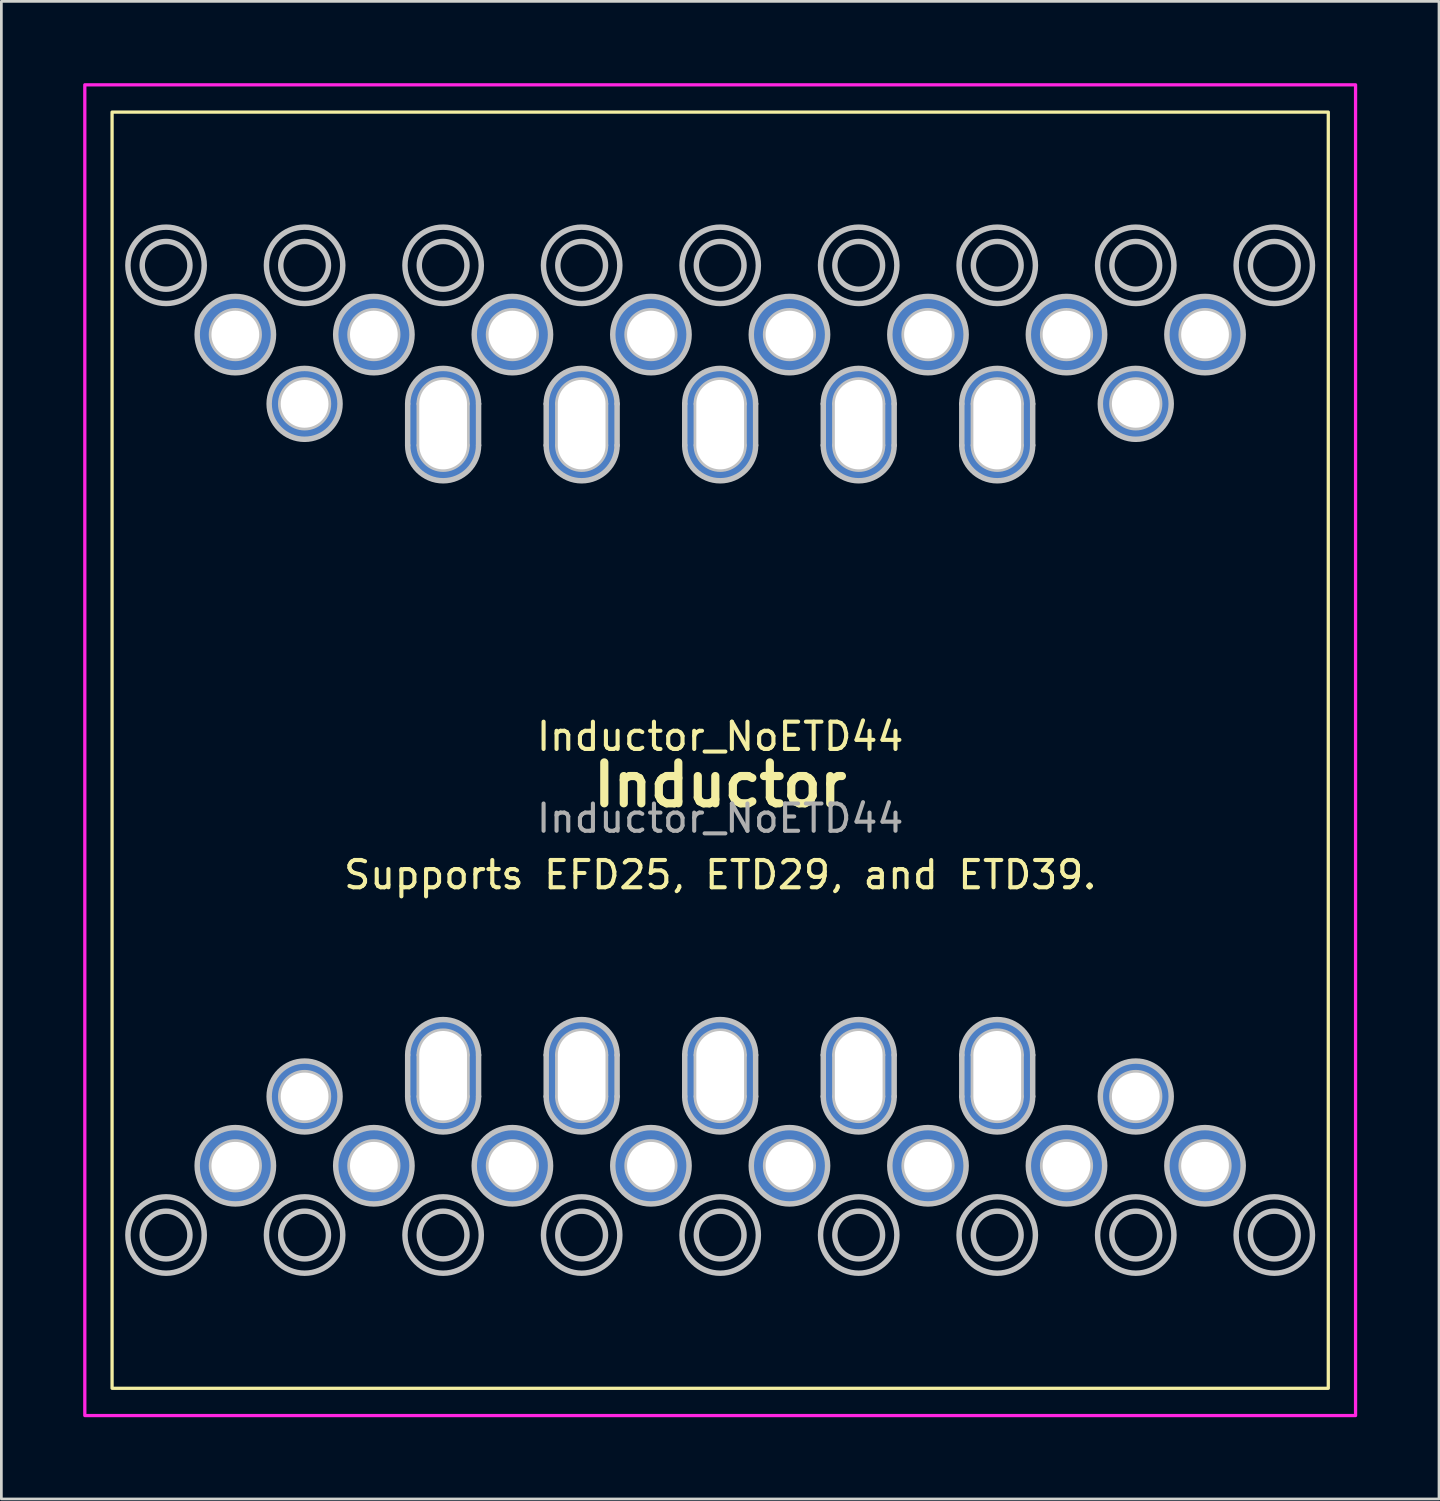
<source format=kicad_pcb>
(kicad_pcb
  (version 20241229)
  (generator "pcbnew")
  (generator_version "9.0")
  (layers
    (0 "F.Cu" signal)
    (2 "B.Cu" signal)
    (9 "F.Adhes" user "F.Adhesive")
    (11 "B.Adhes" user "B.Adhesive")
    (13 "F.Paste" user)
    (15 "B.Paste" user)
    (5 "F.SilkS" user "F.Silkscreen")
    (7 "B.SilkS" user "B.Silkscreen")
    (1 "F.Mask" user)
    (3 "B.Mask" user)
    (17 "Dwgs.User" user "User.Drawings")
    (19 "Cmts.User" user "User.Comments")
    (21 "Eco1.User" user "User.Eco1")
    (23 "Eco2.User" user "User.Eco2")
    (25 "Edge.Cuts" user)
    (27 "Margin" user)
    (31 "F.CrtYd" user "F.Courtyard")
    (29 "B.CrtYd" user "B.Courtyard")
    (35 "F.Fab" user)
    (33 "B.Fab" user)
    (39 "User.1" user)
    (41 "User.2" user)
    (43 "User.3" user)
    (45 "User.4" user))
  (footprint "Inductor_NoETD44"
    (layer "F.Cu")
    (at 23.36 24.46)
    (property "Reference" "Inductor_NoETD44" (at 0 -0.5 0) (unlocked yes) (layer "F.SilkS") (effects (font (size 1 1) (thickness 0.15))))
    (attr through_hole)
    (fp_rect (start -22.3 -23.4) (end 22.3 23.4) (stroke (width 0.12) (type default)) (fill no) (layer "F.SilkS"))
    (fp_line (start -11.46 -12.7) (end -11.46 -11.179) (stroke (width 0.2) (type default)) (layer "Dwgs.User"))
    (fp_line (start -11.46 12.7) (end -11.46 11.179) (stroke (width 0.2) (type default)) (layer "Dwgs.User"))
    (fp_line (start -11.035 -12.7) (end -11.035 -11.179) (stroke (width 0.2) (type default)) (layer "Dwgs.User"))
    (fp_line (start -11.035 12.7) (end -11.035 11.179) (stroke (width 0.2) (type default)) (layer "Dwgs.User"))
    (fp_line (start -10.16 -12.7) (end -10.16 -11.179) (stroke (width 0.2) (type default)) (layer "Dwgs.User"))
    (fp_line (start -10.16 -12.7) (end -10.16 -11.179) (stroke (width 0.2) (type default)) (layer "Dwgs.User"))
    (fp_line (start -10.16 12.7) (end -10.16 11.179) (stroke (width 0.2) (type default)) (layer "Dwgs.User"))
    (fp_line (start -10.16 12.7) (end -10.16 11.179) (stroke (width 0.2) (type default)) (layer "Dwgs.User"))
    (fp_line (start -9.285 -12.7) (end -9.285 -11.179) (stroke (width 0.2) (type default)) (layer "Dwgs.User"))
    (fp_line (start -9.285 12.7) (end -9.285 11.179) (stroke (width 0.2) (type default)) (layer "Dwgs.User"))
    (fp_line (start -8.86 -12.7) (end -8.86 -11.179) (stroke (width 0.2) (type default)) (layer "Dwgs.User"))
    (fp_line (start -8.86 12.7) (end -8.86 11.179) (stroke (width 0.2) (type default)) (layer "Dwgs.User"))
    (fp_line (start -6.38 -12.7) (end -6.38 -11.179) (stroke (width 0.2) (type default)) (layer "Dwgs.User"))
    (fp_line (start -6.38 12.7) (end -6.38 11.179) (stroke (width 0.2) (type default)) (layer "Dwgs.User"))
    (fp_line (start -5.955 -12.7) (end -5.955 -11.179) (stroke (width 0.2) (type default)) (layer "Dwgs.User"))
    (fp_line (start -5.955 12.7) (end -5.955 11.179) (stroke (width 0.2) (type default)) (layer "Dwgs.User"))
    (fp_line (start -5.08 -12.7) (end -5.08 -11.179) (stroke (width 0.2) (type default)) (layer "Dwgs.User"))
    (fp_line (start -5.08 -12.7) (end -5.08 -11.179) (stroke (width 0.2) (type default)) (layer "Dwgs.User"))
    (fp_line (start -5.08 12.7) (end -5.08 11.179) (stroke (width 0.2) (type default)) (layer "Dwgs.User"))
    (fp_line (start -5.08 12.7) (end -5.08 11.179) (stroke (width 0.2) (type default)) (layer "Dwgs.User"))
    (fp_line (start -4.205 -12.7) (end -4.205 -11.179) (stroke (width 0.2) (type default)) (layer "Dwgs.User"))
    (fp_line (start -4.205 12.7) (end -4.205 11.179) (stroke (width 0.2) (type default)) (layer "Dwgs.User"))
    (fp_line (start -3.78 -12.7) (end -3.78 -11.179) (stroke (width 0.2) (type default)) (layer "Dwgs.User"))
    (fp_line (start -3.78 12.7) (end -3.78 11.179) (stroke (width 0.2) (type default)) (layer "Dwgs.User"))
    (fp_line (start -1.3 -12.7) (end -1.3 -11.179) (stroke (width 0.2) (type default)) (layer "Dwgs.User"))
    (fp_line (start -1.3 12.7) (end -1.3 11.179) (stroke (width 0.2) (type default)) (layer "Dwgs.User"))
    (fp_line (start -0.875 -12.7) (end -0.875 -11.179) (stroke (width 0.2) (type default)) (layer "Dwgs.User"))
    (fp_line (start -0.875 12.7) (end -0.875 11.179) (stroke (width 0.2) (type default)) (layer "Dwgs.User"))
    (fp_line (start 0 -12.7) (end 0 -11.179) (stroke (width 0.2) (type default)) (layer "Dwgs.User"))
    (fp_line (start 0 -12.7) (end 0 -11.179) (stroke (width 0.2) (type default)) (layer "Dwgs.User"))
    (fp_line (start 0 12.7) (end 0 11.179) (stroke (width 0.2) (type default)) (layer "Dwgs.User"))
    (fp_line (start 0 12.7) (end 0 11.179) (stroke (width 0.2) (type default)) (layer "Dwgs.User"))
    (fp_line (start 0.875 -12.7) (end 0.875 -11.179) (stroke (width 0.2) (type default)) (layer "Dwgs.User"))
    (fp_line (start 0.875 12.7) (end 0.875 11.179) (stroke (width 0.2) (type default)) (layer "Dwgs.User"))
    (fp_line (start 1.3 -12.7) (end 1.3 -11.179) (stroke (width 0.2) (type default)) (layer "Dwgs.User"))
    (fp_line (start 1.3 12.7) (end 1.3 11.179) (stroke (width 0.2) (type default)) (layer "Dwgs.User"))
    (fp_line (start 3.78 -12.7) (end 3.78 -11.179) (stroke (width 0.2) (type default)) (layer "Dwgs.User"))
    (fp_line (start 3.78 12.7) (end 3.78 11.179) (stroke (width 0.2) (type default)) (layer "Dwgs.User"))
    (fp_line (start 4.205 -12.7) (end 4.205 -11.179) (stroke (width 0.2) (type default)) (layer "Dwgs.User"))
    (fp_line (start 4.205 12.7) (end 4.205 11.179) (stroke (width 0.2) (type default)) (layer "Dwgs.User"))
    (fp_line (start 5.08 -12.7) (end 5.08 -11.179) (stroke (width 0.2) (type default)) (layer "Dwgs.User"))
    (fp_line (start 5.08 -12.7) (end 5.08 -11.179) (stroke (width 0.2) (type default)) (layer "Dwgs.User"))
    (fp_line (start 5.08 12.7) (end 5.08 11.179) (stroke (width 0.2) (type default)) (layer "Dwgs.User"))
    (fp_line (start 5.08 12.7) (end 5.08 11.179) (stroke (width 0.2) (type default)) (layer "Dwgs.User"))
    (fp_line (start 5.955 -12.7) (end 5.955 -11.179) (stroke (width 0.2) (type default)) (layer "Dwgs.User"))
    (fp_line (start 5.955 12.7) (end 5.955 11.179) (stroke (width 0.2) (type default)) (layer "Dwgs.User"))
    (fp_line (start 6.38 -12.7) (end 6.38 -11.179) (stroke (width 0.2) (type default)) (layer "Dwgs.User"))
    (fp_line (start 6.38 12.7) (end 6.38 11.179) (stroke (width 0.2) (type default)) (layer "Dwgs.User"))
    (fp_line (start 8.86 -12.7) (end 8.86 -11.179) (stroke (width 0.2) (type default)) (layer "Dwgs.User"))
    (fp_line (start 8.86 12.7) (end 8.86 11.179) (stroke (width 0.2) (type default)) (layer "Dwgs.User"))
    (fp_line (start 9.285 -12.7) (end 9.285 -11.179) (stroke (width 0.2) (type default)) (layer "Dwgs.User"))
    (fp_line (start 9.285 12.7) (end 9.285 11.179) (stroke (width 0.2) (type default)) (layer "Dwgs.User"))
    (fp_line (start 10.16 -12.7) (end 10.16 -11.179) (stroke (width 0.2) (type default)) (layer "Dwgs.User"))
    (fp_line (start 10.16 -12.7) (end 10.16 -11.179) (stroke (width 0.2) (type default)) (layer "Dwgs.User"))
    (fp_line (start 10.16 12.7) (end 10.16 11.179) (stroke (width 0.2) (type default)) (layer "Dwgs.User"))
    (fp_line (start 10.16 12.7) (end 10.16 11.179) (stroke (width 0.2) (type default)) (layer "Dwgs.User"))
    (fp_line (start 11.035 -12.7) (end 11.035 -11.179) (stroke (width 0.2) (type default)) (layer "Dwgs.User"))
    (fp_line (start 11.035 12.7) (end 11.035 11.179) (stroke (width 0.2) (type default)) (layer "Dwgs.User"))
    (fp_line (start 11.46 -12.7) (end 11.46 -11.179) (stroke (width 0.2) (type default)) (layer "Dwgs.User"))
    (fp_line (start 11.46 12.7) (end 11.46 11.179) (stroke (width 0.2) (type default)) (layer "Dwgs.User"))
    (fp_arc (start -11.46 -12.7) (mid -10.16 -14) (end -8.86 -12.7) (stroke (width 0.2) (type default)) (layer "Dwgs.User"))
    (fp_arc (start -11.46 11.179113) (mid -10.16 9.879113) (end -8.86 11.179113) (stroke (width 0.2) (type default)) (layer "Dwgs.User"))
    (fp_arc (start -11.035 -12.7) (mid -10.16 -13.575) (end -9.285 -12.7) (stroke (width 0.2) (type default)) (layer "Dwgs.User"))
    (fp_arc (start -11.035 11.179113) (mid -10.16 10.304113) (end -9.285 11.179113) (stroke (width 0.2) (type default)) (layer "Dwgs.User"))
    (fp_arc (start -9.285 -11.179113) (mid -10.16 -10.304113) (end -11.035 -11.179113) (stroke (width 0.2) (type default)) (layer "Dwgs.User"))
    (fp_arc (start -9.285 12.7) (mid -10.16 13.575) (end -11.035 12.7) (stroke (width 0.2) (type default)) (layer "Dwgs.User"))
    (fp_arc (start -8.86 -11.179113) (mid -10.16 -9.879113) (end -11.46 -11.179113) (stroke (width 0.2) (type default)) (layer "Dwgs.User"))
    (fp_arc (start -8.86 12.7) (mid -10.16 14) (end -11.46 12.7) (stroke (width 0.2) (type default)) (layer "Dwgs.User"))
    (fp_arc (start -6.38 -12.7) (mid -5.08 -14) (end -3.78 -12.7) (stroke (width 0.2) (type default)) (layer "Dwgs.User"))
    (fp_arc (start -6.38 11.179113) (mid -5.08 9.879113) (end -3.78 11.179113) (stroke (width 0.2) (type default)) (layer "Dwgs.User"))
    (fp_arc (start -5.955 -12.7) (mid -5.08 -13.575) (end -4.205 -12.7) (stroke (width 0.2) (type default)) (layer "Dwgs.User"))
    (fp_arc (start -5.955 11.179113) (mid -5.08 10.304113) (end -4.205 11.179113) (stroke (width 0.2) (type default)) (layer "Dwgs.User"))
    (fp_arc (start -4.205 -11.179113) (mid -5.08 -10.304113) (end -5.955 -11.179113) (stroke (width 0.2) (type default)) (layer "Dwgs.User"))
    (fp_arc (start -4.205 12.7) (mid -5.08 13.575) (end -5.955 12.7) (stroke (width 0.2) (type default)) (layer "Dwgs.User"))
    (fp_arc (start -3.78 -11.179113) (mid -5.08 -9.879113) (end -6.38 -11.179113) (stroke (width 0.2) (type default)) (layer "Dwgs.User"))
    (fp_arc (start -3.78 12.7) (mid -5.08 14) (end -6.38 12.7) (stroke (width 0.2) (type default)) (layer "Dwgs.User"))
    (fp_arc (start -1.3 -12.7) (mid 0 -14) (end 1.3 -12.7) (stroke (width 0.2) (type default)) (layer "Dwgs.User"))
    (fp_arc (start -1.3 11.179113) (mid 0 9.879113) (end 1.3 11.179113) (stroke (width 0.2) (type default)) (layer "Dwgs.User"))
    (fp_arc (start -0.875 -12.7) (mid 0 -13.575) (end 0.875 -12.7) (stroke (width 0.2) (type default)) (layer "Dwgs.User"))
    (fp_arc (start -0.875 11.179113) (mid 0 10.304113) (end 0.875 11.179113) (stroke (width 0.2) (type default)) (layer "Dwgs.User"))
    (fp_arc (start 0.875 -11.179113) (mid 0 -10.304113) (end -0.875 -11.179113) (stroke (width 0.2) (type default)) (layer "Dwgs.User"))
    (fp_arc (start 0.875 12.7) (mid 0 13.575) (end -0.875 12.7) (stroke (width 0.2) (type default)) (layer "Dwgs.User"))
    (fp_arc (start 1.3 -11.179113) (mid 0 -9.879113) (end -1.3 -11.179113) (stroke (width 0.2) (type default)) (layer "Dwgs.User"))
    (fp_arc (start 1.3 12.7) (mid 0 14) (end -1.3 12.7) (stroke (width 0.2) (type default)) (layer "Dwgs.User"))
    (fp_arc (start 3.78 -12.7) (mid 5.08 -14) (end 6.38 -12.7) (stroke (width 0.2) (type default)) (layer "Dwgs.User"))
    (fp_arc (start 3.78 11.179113) (mid 5.08 9.879113) (end 6.38 11.179113) (stroke (width 0.2) (type default)) (layer "Dwgs.User"))
    (fp_arc (start 4.205 -12.7) (mid 5.08 -13.575) (end 5.955 -12.7) (stroke (width 0.2) (type default)) (layer "Dwgs.User"))
    (fp_arc (start 4.205 11.179113) (mid 5.08 10.304113) (end 5.955 11.179113) (stroke (width 0.2) (type default)) (layer "Dwgs.User"))
    (fp_arc (start 5.955 -11.179113) (mid 5.08 -10.304113) (end 4.205 -11.179113) (stroke (width 0.2) (type default)) (layer "Dwgs.User"))
    (fp_arc (start 5.955 12.7) (mid 5.08 13.575) (end 4.205 12.7) (stroke (width 0.2) (type default)) (layer "Dwgs.User"))
    (fp_arc (start 6.38 -11.179113) (mid 5.08 -9.879113) (end 3.78 -11.179113) (stroke (width 0.2) (type default)) (layer "Dwgs.User"))
    (fp_arc (start 6.38 12.7) (mid 5.08 14) (end 3.78 12.7) (stroke (width 0.2) (type default)) (layer "Dwgs.User"))
    (fp_arc (start 8.86 -12.7) (mid 10.16 -14) (end 11.46 -12.7) (stroke (width 0.2) (type default)) (layer "Dwgs.User"))
    (fp_arc (start 8.86 11.179113) (mid 10.16 9.879113) (end 11.46 11.179113) (stroke (width 0.2) (type default)) (layer "Dwgs.User"))
    (fp_arc (start 9.285 -12.7) (mid 10.16 -13.575) (end 11.035 -12.7) (stroke (width 0.2) (type default)) (layer "Dwgs.User"))
    (fp_arc (start 9.285 11.179113) (mid 10.16 10.304113) (end 11.035 11.179113) (stroke (width 0.2) (type default)) (layer "Dwgs.User"))
    (fp_arc (start 11.035 -11.179113) (mid 10.16 -10.304113) (end 9.285 -11.179113) (stroke (width 0.2) (type default)) (layer "Dwgs.User"))
    (fp_arc (start 11.035 12.7) (mid 10.16 13.575) (end 9.285 12.7) (stroke (width 0.2) (type default)) (layer "Dwgs.User"))
    (fp_arc (start 11.46 -11.179113) (mid 10.16 -9.879113) (end 8.86 -11.179113) (stroke (width 0.2) (type default)) (layer "Dwgs.User"))
    (fp_arc (start 11.46 12.7) (mid 10.16 14) (end 8.86 12.7) (stroke (width 0.2) (type default)) (layer "Dwgs.User"))
    (fp_circle (center -20.32 -17.78) (end -19.445 -17.78) (stroke (width 0.2) (type default)) (fill no) (layer "Dwgs.User"))
    (fp_circle (center -20.32 -17.78) (end -18.92 -17.78) (stroke (width 0.2) (type default)) (fill no) (layer "Dwgs.User"))
    (fp_circle (center -20.32 17.78) (end -19.445 17.78) (stroke (width 0.2) (type default)) (fill no) (layer "Dwgs.User"))
    (fp_circle (center -20.32 17.78) (end -18.92 17.78) (stroke (width 0.2) (type default)) (fill no) (layer "Dwgs.User"))
    (fp_circle (center -17.78 -15.24) (end -16.905 -15.24) (stroke (width 0.2) (type default)) (fill no) (layer "Dwgs.User"))
    (fp_circle (center -17.78 -15.24) (end -16.38 -15.24) (stroke (width 0.2) (type default)) (fill no) (layer "Dwgs.User"))
    (fp_circle (center -17.78 15.24) (end -16.905 15.24) (stroke (width 0.2) (type default)) (fill no) (layer "Dwgs.User"))
    (fp_circle (center -17.78 15.24) (end -16.38 15.24) (stroke (width 0.2) (type default)) (fill no) (layer "Dwgs.User"))
    (fp_circle (center -15.24 -17.78) (end -14.365 -17.78) (stroke (width 0.2) (type default)) (fill no) (layer "Dwgs.User"))
    (fp_circle (center -15.24 -17.78) (end -13.84 -17.78) (stroke (width 0.2) (type default)) (fill no) (layer "Dwgs.User"))
    (fp_circle (center -15.24 -12.7) (end -14.365 -12.7) (stroke (width 0.2) (type default)) (fill no) (layer "Dwgs.User"))
    (fp_circle (center -15.24 -12.7) (end -13.94 -12.7) (stroke (width 0.2) (type default)) (fill no) (layer "Dwgs.User"))
    (fp_circle (center -15.24 12.7) (end -14.365 12.7) (stroke (width 0.2) (type default)) (fill no) (layer "Dwgs.User"))
    (fp_circle (center -15.24 12.7) (end -13.94 12.7) (stroke (width 0.2) (type default)) (fill no) (layer "Dwgs.User"))
    (fp_circle (center -15.24 17.78) (end -14.365 17.78) (stroke (width 0.2) (type default)) (fill no) (layer "Dwgs.User"))
    (fp_circle (center -15.24 17.78) (end -13.84 17.78) (stroke (width 0.2) (type default)) (fill no) (layer "Dwgs.User"))
    (fp_circle (center -12.7 -15.24) (end -11.825 -15.24) (stroke (width 0.2) (type default)) (fill no) (layer "Dwgs.User"))
    (fp_circle (center -12.7 -15.24) (end -11.3 -15.24) (stroke (width 0.2) (type default)) (fill no) (layer "Dwgs.User"))
    (fp_circle (center -12.7 15.24) (end -11.825 15.24) (stroke (width 0.2) (type default)) (fill no) (layer "Dwgs.User"))
    (fp_circle (center -12.7 15.24) (end -11.3 15.24) (stroke (width 0.2) (type default)) (fill no) (layer "Dwgs.User"))
    (fp_circle (center -10.16 -17.78) (end -9.285 -17.78) (stroke (width 0.2) (type default)) (fill no) (layer "Dwgs.User"))
    (fp_circle (center -10.16 -17.78) (end -8.76 -17.78) (stroke (width 0.2) (type default)) (fill no) (layer "Dwgs.User"))
    (fp_circle (center -10.16 -11.94) (end -10.15 -11.94) (stroke (width 0.0001) (type default)) (fill no) (layer "Dwgs.User"))
    (fp_circle (center -10.16 -11.94) (end -10.15 -11.94) (stroke (width 0.0001) (type default)) (fill no) (layer "Dwgs.User"))
    (fp_circle (center -10.16 11.94) (end -10.15 11.94) (stroke (width 0.0001) (type default)) (fill no) (layer "Dwgs.User"))
    (fp_circle (center -10.16 11.94) (end -10.15 11.94) (stroke (width 0.0001) (type default)) (fill no) (layer "Dwgs.User"))
    (fp_circle (center -10.16 17.78) (end -9.285 17.78) (stroke (width 0.2) (type default)) (fill no) (layer "Dwgs.User"))
    (fp_circle (center -10.16 17.78) (end -8.76 17.78) (stroke (width 0.2) (type default)) (fill no) (layer "Dwgs.User"))
    (fp_circle (center -7.62 -15.24) (end -6.745 -15.24) (stroke (width 0.2) (type default)) (fill no) (layer "Dwgs.User"))
    (fp_circle (center -7.62 -15.24) (end -6.22 -15.24) (stroke (width 0.2) (type default)) (fill no) (layer "Dwgs.User"))
    (fp_circle (center -7.62 15.24) (end -6.745 15.24) (stroke (width 0.2) (type default)) (fill no) (layer "Dwgs.User"))
    (fp_circle (center -7.62 15.24) (end -6.22 15.24) (stroke (width 0.2) (type default)) (fill no) (layer "Dwgs.User"))
    (fp_circle (center -5.08 -17.78) (end -4.205 -17.78) (stroke (width 0.2) (type default)) (fill no) (layer "Dwgs.User"))
    (fp_circle (center -5.08 -17.78) (end -3.68 -17.78) (stroke (width 0.2) (type default)) (fill no) (layer "Dwgs.User"))
    (fp_circle (center -5.08 -11.94) (end -5.07 -11.94) (stroke (width 0.0001) (type default)) (fill no) (layer "Dwgs.User"))
    (fp_circle (center -5.08 -11.94) (end -5.07 -11.94) (stroke (width 0.0001) (type default)) (fill no) (layer "Dwgs.User"))
    (fp_circle (center -5.08 11.94) (end -5.07 11.94) (stroke (width 0.0001) (type default)) (fill no) (layer "Dwgs.User"))
    (fp_circle (center -5.08 11.94) (end -5.07 11.94) (stroke (width 0.0001) (type default)) (fill no) (layer "Dwgs.User"))
    (fp_circle (center -5.08 17.78) (end -4.205 17.78) (stroke (width 0.2) (type default)) (fill no) (layer "Dwgs.User"))
    (fp_circle (center -5.08 17.78) (end -3.68 17.78) (stroke (width 0.2) (type default)) (fill no) (layer "Dwgs.User"))
    (fp_circle (center -2.54 -15.24) (end -1.665 -15.24) (stroke (width 0.2) (type default)) (fill no) (layer "Dwgs.User"))
    (fp_circle (center -2.54 -15.24) (end -1.14 -15.24) (stroke (width 0.2) (type default)) (fill no) (layer "Dwgs.User"))
    (fp_circle (center -2.54 15.24) (end -1.665 15.24) (stroke (width 0.2) (type default)) (fill no) (layer "Dwgs.User"))
    (fp_circle (center -2.54 15.24) (end -1.14 15.24) (stroke (width 0.2) (type default)) (fill no) (layer "Dwgs.User"))
    (fp_circle (center 0 -17.78) (end 0.875 -17.78) (stroke (width 0.2) (type default)) (fill no) (layer "Dwgs.User"))
    (fp_circle (center 0 -17.78) (end 1.4 -17.78) (stroke (width 0.2) (type default)) (fill no) (layer "Dwgs.User"))
    (fp_circle (center 0 -11.94) (end 0.01 -11.94) (stroke (width 0.0001) (type default)) (fill no) (layer "Dwgs.User"))
    (fp_circle (center 0 -11.94) (end 0.01 -11.94) (stroke (width 0.0001) (type default)) (fill no) (layer "Dwgs.User"))
    (fp_circle (center 0 0) (end 0.01 0) (stroke (width 0.0001) (type default)) (fill no) (layer "Dwgs.User"))
    (fp_circle (center 0 11.94) (end 0.01 11.94) (stroke (width 0.0001) (type default)) (fill no) (layer "Dwgs.User"))
    (fp_circle (center 0 11.94) (end 0.01 11.94) (stroke (width 0.0001) (type default)) (fill no) (layer "Dwgs.User"))
    (fp_circle (center 0 17.78) (end 0.875 17.78) (stroke (width 0.2) (type default)) (fill no) (layer "Dwgs.User"))
    (fp_circle (center 0 17.78) (end 1.4 17.78) (stroke (width 0.2) (type default)) (fill no) (layer "Dwgs.User"))
    (fp_circle (center 2.54 -15.24) (end 3.415 -15.24) (stroke (width 0.2) (type default)) (fill no) (layer "Dwgs.User"))
    (fp_circle (center 2.54 -15.24) (end 3.94 -15.24) (stroke (width 0.2) (type default)) (fill no) (layer "Dwgs.User"))
    (fp_circle (center 2.54 15.24) (end 3.415 15.24) (stroke (width 0.2) (type default)) (fill no) (layer "Dwgs.User"))
    (fp_circle (center 2.54 15.24) (end 3.94 15.24) (stroke (width 0.2) (type default)) (fill no) (layer "Dwgs.User"))
    (fp_circle (center 5.08 -17.78) (end 5.955 -17.78) (stroke (width 0.2) (type default)) (fill no) (layer "Dwgs.User"))
    (fp_circle (center 5.08 -17.78) (end 6.48 -17.78) (stroke (width 0.2) (type default)) (fill no) (layer "Dwgs.User"))
    (fp_circle (center 5.08 -11.94) (end 5.09 -11.94) (stroke (width 0.0001) (type default)) (fill no) (layer "Dwgs.User"))
    (fp_circle (center 5.08 -11.94) (end 5.09 -11.94) (stroke (width 0.0001) (type default)) (fill no) (layer "Dwgs.User"))
    (fp_circle (center 5.08 11.94) (end 5.09 11.94) (stroke (width 0.0001) (type default)) (fill no) (layer "Dwgs.User"))
    (fp_circle (center 5.08 11.94) (end 5.09 11.94) (stroke (width 0.0001) (type default)) (fill no) (layer "Dwgs.User"))
    (fp_circle (center 5.08 17.78) (end 5.955 17.78) (stroke (width 0.2) (type default)) (fill no) (layer "Dwgs.User"))
    (fp_circle (center 5.08 17.78) (end 6.48 17.78) (stroke (width 0.2) (type default)) (fill no) (layer "Dwgs.User"))
    (fp_circle (center 7.62 -15.24) (end 8.495 -15.24) (stroke (width 0.2) (type default)) (fill no) (layer "Dwgs.User"))
    (fp_circle (center 7.62 -15.24) (end 9.02 -15.24) (stroke (width 0.2) (type default)) (fill no) (layer "Dwgs.User"))
    (fp_circle (center 7.62 15.24) (end 8.495 15.24) (stroke (width 0.2) (type default)) (fill no) (layer "Dwgs.User"))
    (fp_circle (center 7.62 15.24) (end 9.02 15.24) (stroke (width 0.2) (type default)) (fill no) (layer "Dwgs.User"))
    (fp_circle (center 10.16 -17.78) (end 11.035 -17.78) (stroke (width 0.2) (type default)) (fill no) (layer "Dwgs.User"))
    (fp_circle (center 10.16 -17.78) (end 11.56 -17.78) (stroke (width 0.2) (type default)) (fill no) (layer "Dwgs.User"))
    (fp_circle (center 10.16 -11.94) (end 10.17 -11.94) (stroke (width 0.0001) (type default)) (fill no) (layer "Dwgs.User"))
    (fp_circle (center 10.16 -11.94) (end 10.17 -11.94) (stroke (width 0.0001) (type default)) (fill no) (layer "Dwgs.User"))
    (fp_circle (center 10.16 11.94) (end 10.17 11.94) (stroke (width 0.0001) (type default)) (fill no) (layer "Dwgs.User"))
    (fp_circle (center 10.16 11.94) (end 10.17 11.94) (stroke (width 0.0001) (type default)) (fill no) (layer "Dwgs.User"))
    (fp_circle (center 10.16 17.78) (end 11.035 17.78) (stroke (width 0.2) (type default)) (fill no) (layer "Dwgs.User"))
    (fp_circle (center 10.16 17.78) (end 11.56 17.78) (stroke (width 0.2) (type default)) (fill no) (layer "Dwgs.User"))
    (fp_circle (center 12.7 -15.24) (end 13.575 -15.24) (stroke (width 0.2) (type default)) (fill no) (layer "Dwgs.User"))
    (fp_circle (center 12.7 -15.24) (end 14.1 -15.24) (stroke (width 0.2) (type default)) (fill no) (layer "Dwgs.User"))
    (fp_circle (center 12.7 15.24) (end 13.575 15.24) (stroke (width 0.2) (type default)) (fill no) (layer "Dwgs.User"))
    (fp_circle (center 12.7 15.24) (end 14.1 15.24) (stroke (width 0.2) (type default)) (fill no) (layer "Dwgs.User"))
    (fp_circle (center 15.24 -17.78) (end 16.115 -17.78) (stroke (width 0.2) (type default)) (fill no) (layer "Dwgs.User"))
    (fp_circle (center 15.24 -17.78) (end 16.64 -17.78) (stroke (width 0.2) (type default)) (fill no) (layer "Dwgs.User"))
    (fp_circle (center 15.24 -12.7) (end 16.115 -12.7) (stroke (width 0.2) (type default)) (fill no) (layer "Dwgs.User"))
    (fp_circle (center 15.24 -12.7) (end 16.54 -12.7) (stroke (width 0.2) (type default)) (fill no) (layer "Dwgs.User"))
    (fp_circle (center 15.24 12.7) (end 16.115 12.7) (stroke (width 0.2) (type default)) (fill no) (layer "Dwgs.User"))
    (fp_circle (center 15.24 12.7) (end 16.54 12.7) (stroke (width 0.2) (type default)) (fill no) (layer "Dwgs.User"))
    (fp_circle (center 15.24 17.78) (end 16.115 17.78) (stroke (width 0.2) (type default)) (fill no) (layer "Dwgs.User"))
    (fp_circle (center 15.24 17.78) (end 16.64 17.78) (stroke (width 0.2) (type default)) (fill no) (layer "Dwgs.User"))
    (fp_circle (center 17.78 -15.24) (end 18.655 -15.24) (stroke (width 0.2) (type default)) (fill no) (layer "Dwgs.User"))
    (fp_circle (center 17.78 -15.24) (end 19.18 -15.24) (stroke (width 0.2) (type default)) (fill no) (layer "Dwgs.User"))
    (fp_circle (center 17.78 15.24) (end 18.655 15.24) (stroke (width 0.2) (type default)) (fill no) (layer "Dwgs.User"))
    (fp_circle (center 17.78 15.24) (end 19.18 15.24) (stroke (width 0.2) (type default)) (fill no) (layer "Dwgs.User"))
    (fp_circle (center 20.32 -17.78) (end 21.195 -17.78) (stroke (width 0.2) (type default)) (fill no) (layer "Dwgs.User"))
    (fp_circle (center 20.32 -17.78) (end 21.72 -17.78) (stroke (width 0.2) (type default)) (fill no) (layer "Dwgs.User"))
    (fp_circle (center 20.32 17.78) (end 21.195 17.78) (stroke (width 0.2) (type default)) (fill no) (layer "Dwgs.User"))
    (fp_circle (center 20.32 17.78) (end 21.72 17.78) (stroke (width 0.2) (type default)) (fill no) (layer "Dwgs.User"))
    (fp_rect (start -23.3 -24.4) (end 23.3 24.4) (stroke (width 0.12) (type default)) (fill no) (layer "F.CrtYd"))
    (fp_text user "Inductor" (at 0 1.27 0) (unlocked yes) (layer "F.SilkS") (effects (font (size 1.5 1.5) (thickness 0.3) (bold yes))))
    (fp_text user "Supports EFD25, ETD29, and ETD39." (at 0 4.572 0) (unlocked yes) (layer "F.SilkS") (effects (font (size 1 1) (thickness 0.15))))
    (fp_text user "${REFERENCE}" (at 0 2.5 0) (unlocked yes) (layer "F.Fab") (effects (font (size 1 1) (thickness 0.15))))
    (pad "1" thru_hole circle (at -17.78 -15.24) (size 2.8 2.8) (drill 1.75) (layers "*.Cu" "*.Mask"))
    (pad "1" thru_hole circle (at -15.24 -12.7) (size 2.6 2.6) (drill 1.75) (layers "*.Cu" "*.Mask"))
    (pad "1" thru_hole circle (at -12.7 -15.24) (size 2.8 2.8) (drill 1.75) (layers "*.Cu" "*.Mask"))
    (pad "1" thru_hole oval (at -10.16 -11.938) (size 2.6 4.2) (drill oval 1.75 3.28) (layers "*.Cu" "*.Mask"))
    (pad "1" thru_hole circle (at -7.62 -15.24) (size 2.8 2.8) (drill 1.75) (layers "*.Cu" "*.Mask"))
    (pad "1" thru_hole oval (at -5.08 -11.938) (size 2.6 4.2) (drill oval 1.75 3.28) (layers "*.Cu" "*.Mask"))
    (pad "1" thru_hole circle (at -2.54 -15.24) (size 2.8 2.8) (drill 1.75) (layers "*.Cu" "*.Mask"))
    (pad "1" thru_hole oval (at 0 -11.938) (size 2.6 4.2) (drill oval 1.75 3.28) (layers "*.Cu" "*.Mask"))
    (pad "1" thru_hole circle (at 2.54 -15.24) (size 2.8 2.8) (drill 1.75) (layers "*.Cu" "*.Mask"))
    (pad "1" thru_hole oval (at 5.08 -11.938) (size 2.6 4.2) (drill oval 1.75 3.28) (layers "*.Cu" "*.Mask"))
    (pad "1" thru_hole circle (at 7.62 -15.24) (size 2.8 2.8) (drill 1.75) (layers "*.Cu" "*.Mask"))
    (pad "1" thru_hole oval (at 10.16 -11.938) (size 2.6 4.2) (drill oval 1.75 3.28) (layers "*.Cu" "*.Mask"))
    (pad "1" thru_hole circle (at 12.7 -15.24) (size 2.8 2.8) (drill 1.75) (layers "*.Cu" "*.Mask"))
    (pad "1" thru_hole circle (at 15.24 -12.7) (size 2.6 2.6) (drill 1.75) (layers "*.Cu" "*.Mask"))
    (pad "1" thru_hole circle (at 17.78 -15.24) (size 2.8 2.8) (drill 1.75) (layers "*.Cu" "*.Mask"))
    (pad "2" thru_hole circle (at -17.78 15.24) (size 2.8 2.8) (drill 1.75) (layers "*.Cu" "*.Mask"))
    (pad "2" thru_hole circle (at -15.24 12.7) (size 2.6 2.6) (drill 1.75) (layers "*.Cu" "*.Mask"))
    (pad "2" thru_hole circle (at -12.7 15.24) (size 2.8 2.8) (drill 1.75) (layers "*.Cu" "*.Mask"))
    (pad "2" thru_hole oval (at -10.16 11.938) (size 2.6 4.2) (drill oval 1.75 3.28) (layers "*.Cu" "*.Mask"))
    (pad "2" thru_hole circle (at -7.62 15.24) (size 2.8 2.8) (drill 1.75) (layers "*.Cu" "*.Mask"))
    (pad "2" thru_hole oval (at -5.08 11.938) (size 2.6 4.2) (drill oval 1.75 3.28) (layers "*.Cu" "*.Mask"))
    (pad "2" thru_hole circle (at -2.54 15.24) (size 2.8 2.8) (drill 1.75) (layers "*.Cu" "*.Mask"))
    (pad "2" thru_hole oval (at 0 11.938) (size 2.6 4.2) (drill oval 1.75 3.28) (layers "*.Cu" "*.Mask"))
    (pad "2" thru_hole circle (at 2.54 15.24) (size 2.8 2.8) (drill 1.75) (layers "*.Cu" "*.Mask"))
    (pad "2" thru_hole oval (at 5.08 11.938) (size 2.6 4.2) (drill oval 1.75 3.28) (layers "*.Cu" "*.Mask"))
    (pad "2" thru_hole circle (at 7.62 15.24) (size 2.8 2.8) (drill 1.75) (layers "*.Cu" "*.Mask"))
    (pad "2" thru_hole oval (at 10.16 11.938) (size 2.6 4.2) (drill oval 1.75 3.28) (layers "*.Cu" "*.Mask"))
    (pad "2" thru_hole circle (at 12.7 15.24) (size 2.8 2.8) (drill 1.75) (layers "*.Cu" "*.Mask"))
    (pad "2" thru_hole circle (at 15.24 12.7) (size 2.6 2.6) (drill 1.75) (layers "*.Cu" "*.Mask"))
    (pad "2" thru_hole circle (at 17.78 15.24) (size 2.8 2.8) (drill 1.75) (layers "*.Cu" "*.Mask")))
  (gr_rect
    (start -3 -3)
    (end 49.72 51.92)
    (stroke (width 0.1) (type default))
    (fill no)
    (layer "Edge.Cuts")))
</source>
